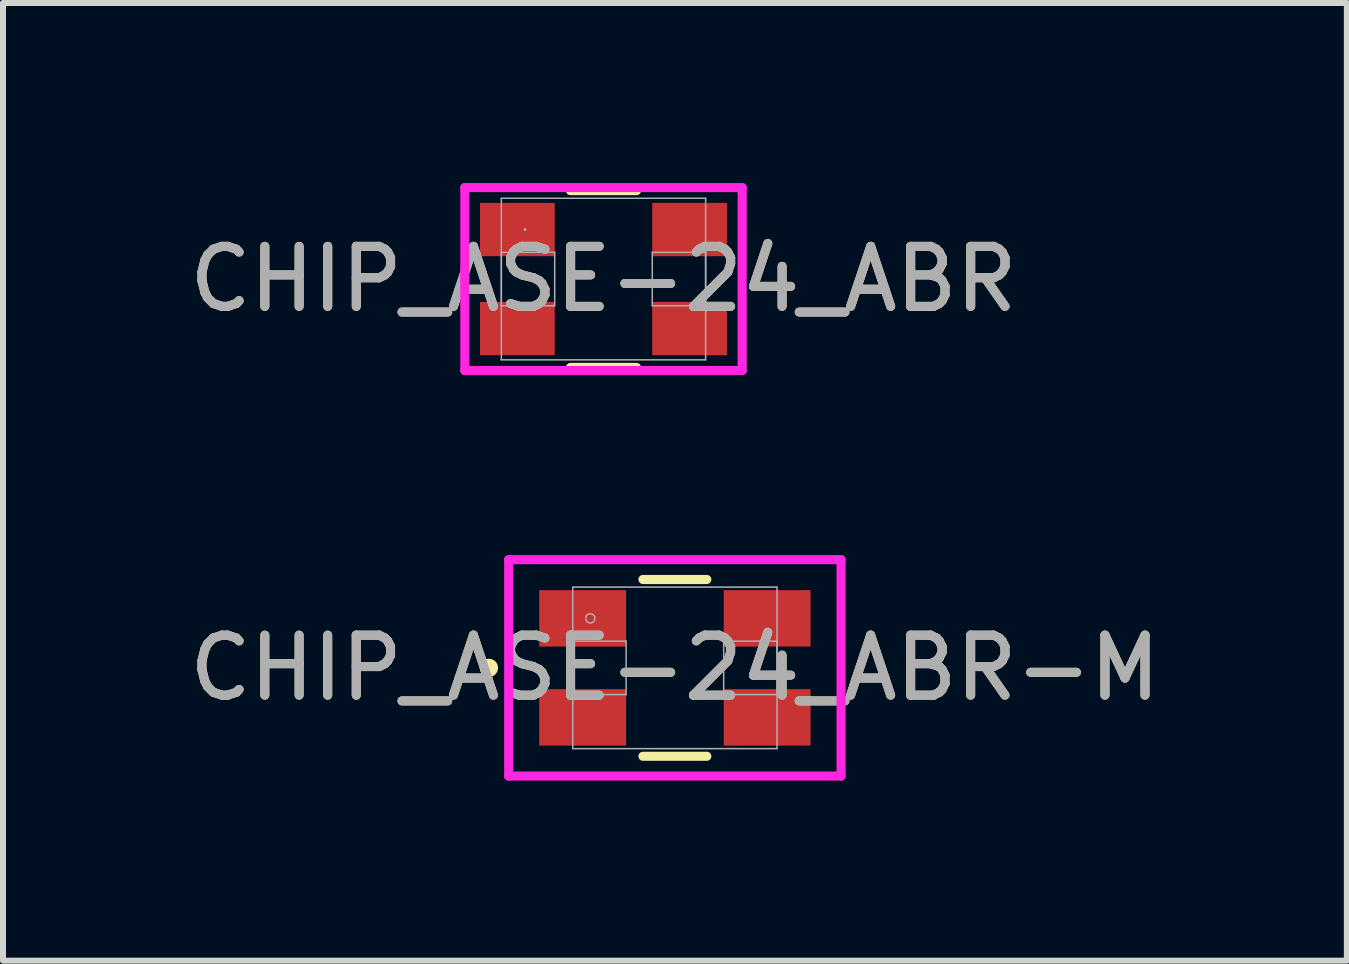
<source format=kicad_pcb>
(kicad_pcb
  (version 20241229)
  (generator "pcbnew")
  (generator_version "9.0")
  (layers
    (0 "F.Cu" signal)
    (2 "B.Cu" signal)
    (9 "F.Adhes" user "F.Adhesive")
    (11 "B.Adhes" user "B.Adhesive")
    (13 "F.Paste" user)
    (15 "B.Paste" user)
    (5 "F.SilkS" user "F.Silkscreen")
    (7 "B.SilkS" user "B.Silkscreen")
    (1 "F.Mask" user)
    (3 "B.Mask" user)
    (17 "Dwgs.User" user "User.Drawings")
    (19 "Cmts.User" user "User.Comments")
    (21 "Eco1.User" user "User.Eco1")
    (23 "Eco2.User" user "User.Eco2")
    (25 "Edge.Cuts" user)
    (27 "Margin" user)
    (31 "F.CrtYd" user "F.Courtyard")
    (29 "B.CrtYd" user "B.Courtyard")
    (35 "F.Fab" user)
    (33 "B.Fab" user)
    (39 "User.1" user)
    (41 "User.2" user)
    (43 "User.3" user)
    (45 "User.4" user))
  (footprint "CHIP_ASE-24_ABR-M"
    (layer "F.Cu")
    (at 8.196 8.079)
    (property "Reference" "CHIP_ASE-24_ABR-M" (at 0 0 0) (unlocked yes) (layer "F.SilkS") (effects (font (size 1 1) (thickness 0.15))))
    (attr smd)
    (fp_line (start -0.532 1.473) (end 0.532 1.473) (stroke (width 0.152) (type solid)) (layer "F.SilkS"))
    (fp_line (start 0.532 -1.473) (end -0.532 -1.473) (stroke (width 0.152) (type solid)) (layer "F.SilkS"))
    (fp_circle (center -3.099 0) (end -3.023 0) (stroke (width 0.152) (type solid)) (fill no) (layer "F.SilkS"))
    (fp_line (start -2.769 -1.803) (end 2.769 -1.803) (stroke (width 0.152) (type solid)) (layer "F.CrtYd"))
    (fp_line (start -2.769 1.803) (end -2.769 -1.803) (stroke (width 0.152) (type solid)) (layer "F.CrtYd"))
    (fp_line (start 2.769 -1.803) (end 2.769 1.803) (stroke (width 0.152) (type solid)) (layer "F.CrtYd"))
    (fp_line (start 2.769 1.803) (end -2.769 1.803) (stroke (width 0.152) (type solid)) (layer "F.CrtYd"))
    (fp_line (start -1.702 -1.346) (end -1.702 1.346) (stroke (width 0.025) (type solid)) (layer "F.Fab"))
    (fp_line (start -1.702 -0.445) (end -1.702 0.445) (stroke (width 0.025) (type solid)) (layer "F.Fab"))
    (fp_line (start -1.702 0.445) (end -0.813 0.445) (stroke (width 0.025) (type solid)) (layer "F.Fab"))
    (fp_line (start -1.702 1.346) (end 1.702 1.346) (stroke (width 0.025) (type solid)) (layer "F.Fab"))
    (fp_line (start -0.813 -0.445) (end -1.702 -0.445) (stroke (width 0.025) (type solid)) (layer "F.Fab"))
    (fp_line (start -0.813 0.445) (end -0.813 -0.445) (stroke (width 0.025) (type solid)) (layer "F.Fab"))
    (fp_line (start 0.813 -0.445) (end 0.813 0.445) (stroke (width 0.025) (type solid)) (layer "F.Fab"))
    (fp_line (start 0.813 0.445) (end 1.702 0.445) (stroke (width 0.025) (type solid)) (layer "F.Fab"))
    (fp_line (start 1.702 -1.346) (end -1.702 -1.346) (stroke (width 0.025) (type solid)) (layer "F.Fab"))
    (fp_line (start 1.702 -0.445) (end 0.813 -0.445) (stroke (width 0.025) (type solid)) (layer "F.Fab"))
    (fp_line (start 1.702 0.445) (end 1.702 -0.445) (stroke (width 0.025) (type solid)) (layer "F.Fab"))
    (fp_line (start 1.702 1.346) (end 1.702 -1.346) (stroke (width 0.025) (type solid)) (layer "F.Fab"))
    (fp_circle (center -1.41 -0.825) (end -1.333 -0.825) (stroke (width 0.025) (type solid)) (fill no) (layer "F.Fab"))
    (fp_text user "${REFERENCE}" (at 0 0 0) (unlocked yes) (layer "F.Fab") (effects (font (size 1 1) (thickness 0.15))))
    (pad "1" smd rect (at -1.537 -0.825) (size 1.448 0.94) (layers "F.Cu" "F.Mask" "F.Paste"))
    (pad "2" smd rect (at -1.537 0.825) (size 1.448 0.94) (layers "F.Cu" "F.Mask" "F.Paste"))
    (pad "3" smd rect (at 1.537 0.825) (size 1.448 0.94) (layers "F.Cu" "F.Mask" "F.Paste"))
    (pad "4" smd rect (at 1.537 -0.825) (size 1.448 0.94) (layers "F.Cu" "F.Mask" "F.Paste"))
    (zone (net_name "") (layer "F.Cu") (hatch full 0.508) (connect_pads) (min_thickness 0.254) (filled_areas_thickness no) (keepout (tracks not_allowed) (vias not_allowed) (pads allowed) (copperpour not_allowed) (footprints allowed)) (placement (enabled no)) (fill) (polygon (pts (xy 7.434 6.783) (xy 8.958 6.783) (xy 8.958 9.374) (xy 7.434 9.374)))))
  (footprint "CHIP_ASE-24_ABR"
    (layer "F.Cu")
    (at 7.006 1.6)
    (property "Reference" "CHIP_ASE-24_ABR" (at 0 0 0) (unlocked yes) (layer "F.SilkS") (effects (font (size 1 1) (thickness 0.15))))
    (attr smd)
    (fp_line (start -0.55 1.473) (end 0.55 1.473) (stroke (width 0.152) (type solid)) (layer "F.SilkS"))
    (fp_line (start 0.55 -1.473) (end -0.55 -1.473) (stroke (width 0.152) (type solid)) (layer "F.SilkS"))
    (fp_line (start -2.311 -1.524) (end 2.311 -1.524) (stroke (width 0.152) (type solid)) (layer "F.CrtYd"))
    (fp_line (start -2.311 1.524) (end -2.311 -1.524) (stroke (width 0.152) (type solid)) (layer "F.CrtYd"))
    (fp_line (start 2.311 -1.524) (end 2.311 1.524) (stroke (width 0.152) (type solid)) (layer "F.CrtYd"))
    (fp_line (start 2.311 1.524) (end -2.311 1.524) (stroke (width 0.152) (type solid)) (layer "F.CrtYd"))
    (fp_line (start -1.702 -1.346) (end -1.702 1.346) (stroke (width 0.025) (type solid)) (layer "F.Fab"))
    (fp_line (start -1.702 -0.445) (end -1.702 0.445) (stroke (width 0.025) (type solid)) (layer "F.Fab"))
    (fp_line (start -1.702 0.445) (end -0.813 0.445) (stroke (width 0.025) (type solid)) (layer "F.Fab"))
    (fp_line (start -1.702 1.346) (end 1.702 1.346) (stroke (width 0.025) (type solid)) (layer "F.Fab"))
    (fp_line (start -0.813 -0.445) (end -1.702 -0.445) (stroke (width 0.025) (type solid)) (layer "F.Fab"))
    (fp_line (start -0.813 0.445) (end -0.813 -0.445) (stroke (width 0.025) (type solid)) (layer "F.Fab"))
    (fp_line (start 0.813 -0.445) (end 0.813 0.445) (stroke (width 0.025) (type solid)) (layer "F.Fab"))
    (fp_line (start 0.813 0.445) (end 1.702 0.445) (stroke (width 0.025) (type solid)) (layer "F.Fab"))
    (fp_line (start 1.702 -1.346) (end -1.702 -1.346) (stroke (width 0.025) (type solid)) (layer "F.Fab"))
    (fp_line (start 1.702 -0.445) (end 0.813 -0.445) (stroke (width 0.025) (type solid)) (layer "F.Fab"))
    (fp_line (start 1.702 0.445) (end 1.702 -0.445) (stroke (width 0.025) (type solid)) (layer "F.Fab"))
    (fp_line (start 1.702 1.346) (end 1.702 -1.346) (stroke (width 0.025) (type solid)) (layer "F.Fab"))
    (fp_circle (center -1.308 -0.825) (end -1.308 -0.825) (stroke (width 0.025) (type solid)) (fill no) (layer "F.Fab"))
    (fp_text user "${REFERENCE}" (at 0 0 0) (unlocked yes) (layer "F.Fab") (effects (font (size 1 1) (thickness 0.15))))
    (pad "1" smd rect (at -1.435 -0.825) (size 1.245 0.889) (layers "F.Cu" "F.Mask" "F.Paste"))
    (pad "2" smd rect (at -1.435 0.825) (size 1.245 0.889) (layers "F.Cu" "F.Mask" "F.Paste"))
    (pad "3" smd rect (at 1.435 0.825) (size 1.245 0.889) (layers "F.Cu" "F.Mask" "F.Paste"))
    (pad "4" smd rect (at 1.435 -0.825) (size 1.245 0.889) (layers "F.Cu" "F.Mask" "F.Paste"))
    (zone (net_name "") (layer "F.Cu") (hatch full 0.508) (connect_pads) (min_thickness 0.254) (filled_areas_thickness no) (keepout (tracks not_allowed) (vias not_allowed) (pads allowed) (copperpour not_allowed) (footprints allowed)) (placement (enabled no)) (fill) (polygon (pts (xy 6.244 0.304) (xy 7.768 0.304) (xy 7.768 2.895) (xy 6.244 2.895)))))
  (gr_rect
    (start -3 -3)
    (end 19.393 12.958)
    (stroke (width 0.1) (type default))
    (fill no)
    (layer "Edge.Cuts")))
</source>
